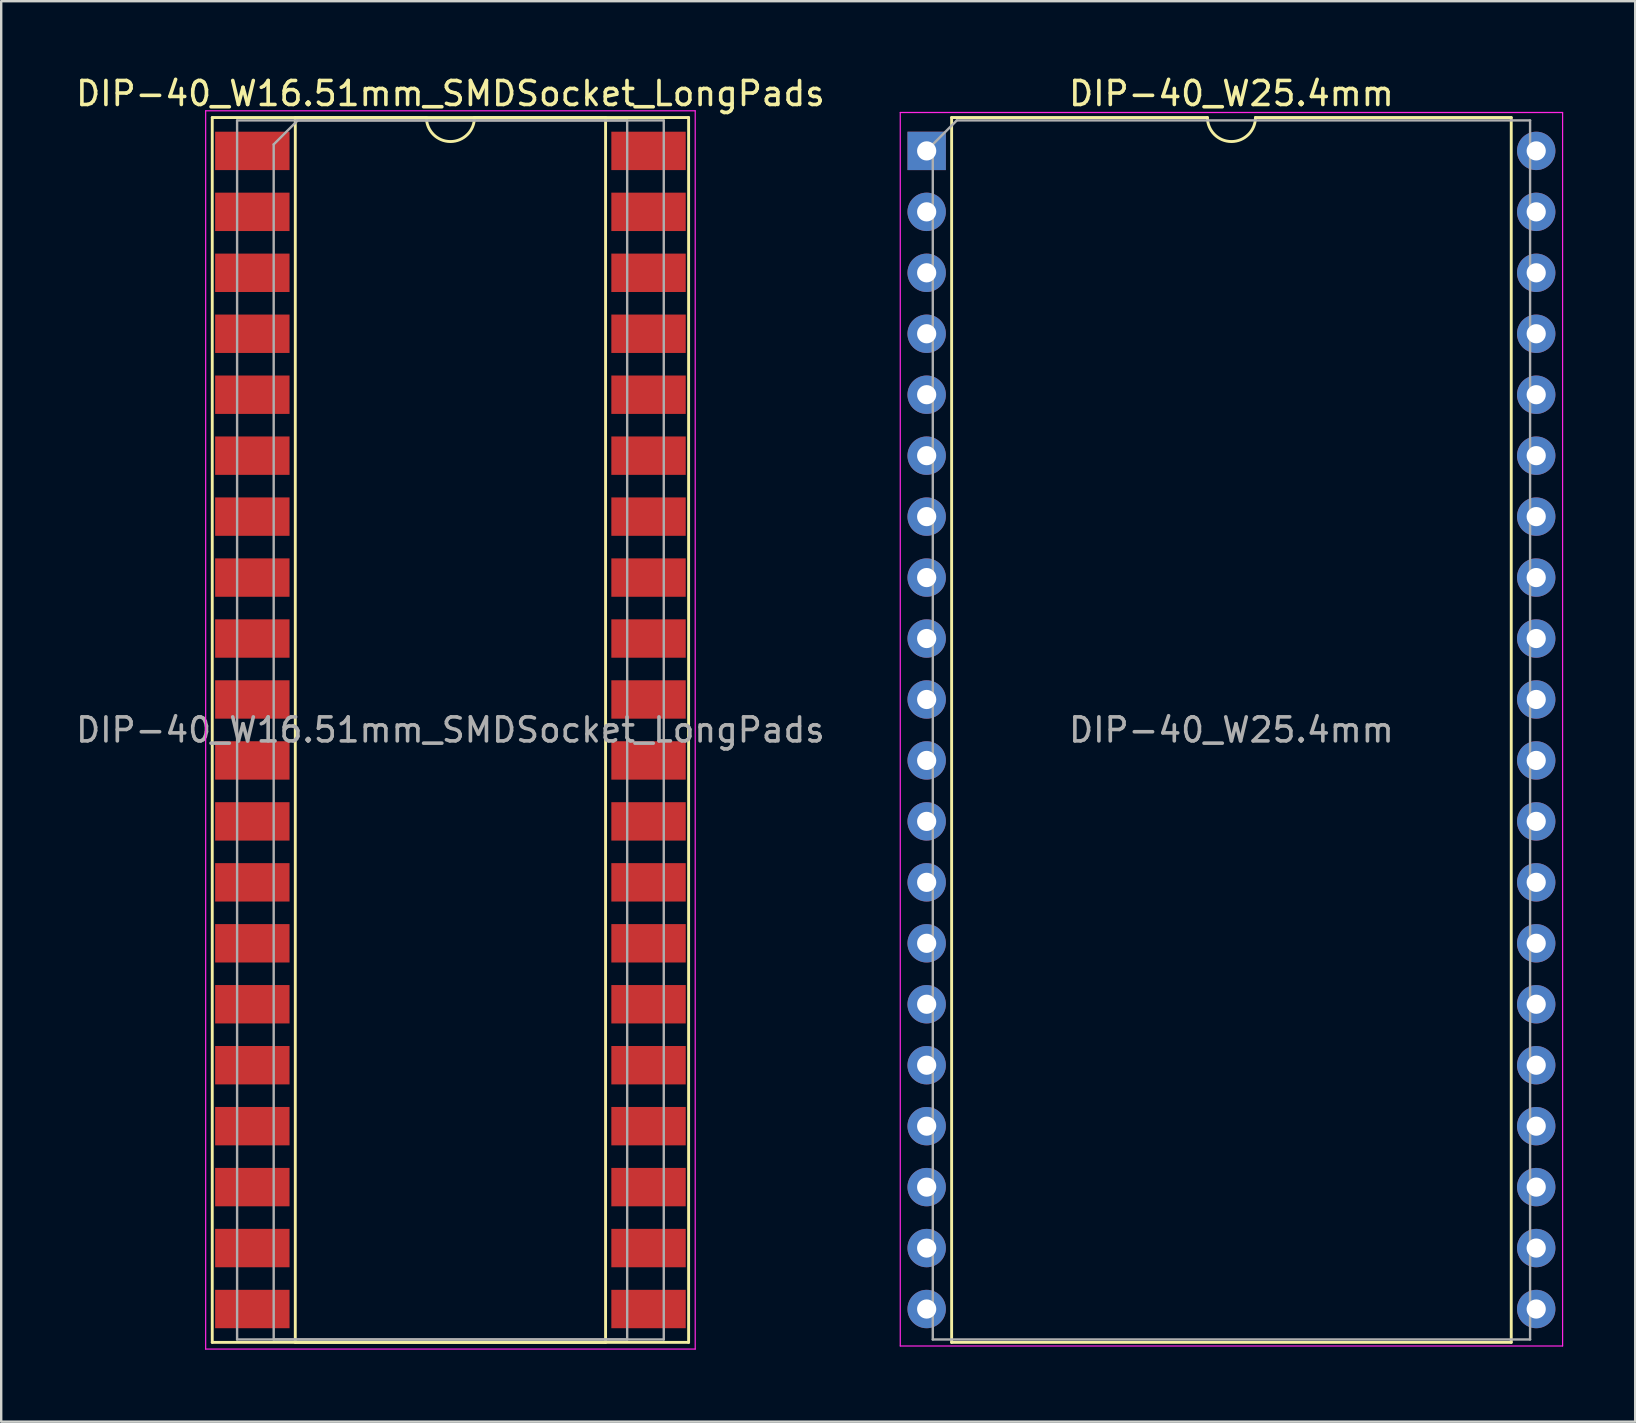
<source format=kicad_pcb>
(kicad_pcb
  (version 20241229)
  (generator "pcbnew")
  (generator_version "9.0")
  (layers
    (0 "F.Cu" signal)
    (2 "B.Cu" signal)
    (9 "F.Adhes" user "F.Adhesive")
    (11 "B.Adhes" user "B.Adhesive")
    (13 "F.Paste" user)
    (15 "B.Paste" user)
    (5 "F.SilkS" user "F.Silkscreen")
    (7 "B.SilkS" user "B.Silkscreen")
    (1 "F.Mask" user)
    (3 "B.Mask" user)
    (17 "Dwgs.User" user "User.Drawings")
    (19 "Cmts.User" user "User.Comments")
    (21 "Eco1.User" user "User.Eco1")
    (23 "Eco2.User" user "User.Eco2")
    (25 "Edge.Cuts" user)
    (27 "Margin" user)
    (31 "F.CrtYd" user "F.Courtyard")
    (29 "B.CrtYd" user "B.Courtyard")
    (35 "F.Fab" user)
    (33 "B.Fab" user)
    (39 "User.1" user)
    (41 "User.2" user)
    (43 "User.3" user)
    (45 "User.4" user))
  (footprint "DIP-40_W16.51mm_SMDSocket_LongPads"
    (layer "F.Cu")
    (at 15.72 27.368)
    (property "Reference" "DIP-40_W16.51mm_SMDSocket_LongPads" (at 0 -26.52 0) (layer "F.SilkS") (effects (font (size 1 1) (thickness 0.15))))
    (attr smd)
    (fp_line (start -9.925 -25.52) (end -9.925 25.52) (stroke (width 0.12) (type solid)) (layer "F.SilkS"))
    (fp_line (start -9.925 25.52) (end 9.925 25.52) (stroke (width 0.12) (type solid)) (layer "F.SilkS"))
    (fp_line (start -6.465 -25.52) (end -6.465 25.52) (stroke (width 0.12) (type solid)) (layer "F.SilkS"))
    (fp_line (start -6.465 25.52) (end 6.465 25.52) (stroke (width 0.12) (type solid)) (layer "F.SilkS"))
    (fp_line (start -1 -25.52) (end -6.465 -25.52) (stroke (width 0.12) (type solid)) (layer "F.SilkS"))
    (fp_line (start 6.465 -25.52) (end 1 -25.52) (stroke (width 0.12) (type solid)) (layer "F.SilkS"))
    (fp_line (start 6.465 25.52) (end 6.465 -25.52) (stroke (width 0.12) (type solid)) (layer "F.SilkS"))
    (fp_line (start 9.925 -25.52) (end -9.925 -25.52) (stroke (width 0.12) (type solid)) (layer "F.SilkS"))
    (fp_line (start 9.925 25.52) (end 9.925 -25.52) (stroke (width 0.12) (type solid)) (layer "F.SilkS"))
    (fp_arc (start 1 -25.52) (mid 0 -24.52) (end -1 -25.52) (stroke (width 0.12) (type solid)) (layer "F.SilkS"))
    (fp_line (start -10.2 -25.8) (end -10.2 25.8) (stroke (width 0.05) (type solid)) (layer "F.CrtYd"))
    (fp_line (start -10.2 25.8) (end 10.2 25.8) (stroke (width 0.05) (type solid)) (layer "F.CrtYd"))
    (fp_line (start 10.2 -25.8) (end -10.2 -25.8) (stroke (width 0.05) (type solid)) (layer "F.CrtYd"))
    (fp_line (start 10.2 25.8) (end 10.2 -25.8) (stroke (width 0.05) (type solid)) (layer "F.CrtYd"))
    (fp_line (start -8.89 -25.4) (end -8.89 25.4) (stroke (width 0.1) (type solid)) (layer "F.Fab"))
    (fp_line (start -8.89 25.4) (end 8.89 25.4) (stroke (width 0.1) (type solid)) (layer "F.Fab"))
    (fp_line (start -7.365 -24.4) (end -6.365 -25.4) (stroke (width 0.1) (type solid)) (layer "F.Fab"))
    (fp_line (start -7.365 25.4) (end -7.365 -24.4) (stroke (width 0.1) (type solid)) (layer "F.Fab"))
    (fp_line (start -6.365 -25.4) (end 7.365 -25.4) (stroke (width 0.1) (type solid)) (layer "F.Fab"))
    (fp_line (start 7.365 -25.4) (end 7.365 25.4) (stroke (width 0.1) (type solid)) (layer "F.Fab"))
    (fp_line (start 7.365 25.4) (end -7.365 25.4) (stroke (width 0.1) (type solid)) (layer "F.Fab"))
    (fp_line (start 8.89 -25.4) (end -8.89 -25.4) (stroke (width 0.1) (type solid)) (layer "F.Fab"))
    (fp_line (start 8.89 25.4) (end 8.89 -25.4) (stroke (width 0.1) (type solid)) (layer "F.Fab"))
    (fp_text user "${REFERENCE}" (at 0 0 0) (layer "F.Fab") (effects (font (size 1 1) (thickness 0.15))))
    (pad "1" smd rect (at -8.255 -24.13) (size 3.1 1.6) (layers "F.Cu" "F.Mask" "F.Paste"))
    (pad "2" smd rect (at -8.255 -21.59) (size 3.1 1.6) (layers "F.Cu" "F.Mask" "F.Paste"))
    (pad "3" smd rect (at -8.255 -19.05) (size 3.1 1.6) (layers "F.Cu" "F.Mask" "F.Paste"))
    (pad "4" smd rect (at -8.255 -16.51) (size 3.1 1.6) (layers "F.Cu" "F.Mask" "F.Paste"))
    (pad "5" smd rect (at -8.255 -13.97) (size 3.1 1.6) (layers "F.Cu" "F.Mask" "F.Paste"))
    (pad "6" smd rect (at -8.255 -11.43) (size 3.1 1.6) (layers "F.Cu" "F.Mask" "F.Paste"))
    (pad "7" smd rect (at -8.255 -8.89) (size 3.1 1.6) (layers "F.Cu" "F.Mask" "F.Paste"))
    (pad "8" smd rect (at -8.255 -6.35) (size 3.1 1.6) (layers "F.Cu" "F.Mask" "F.Paste"))
    (pad "9" smd rect (at -8.255 -3.81) (size 3.1 1.6) (layers "F.Cu" "F.Mask" "F.Paste"))
    (pad "10" smd rect (at -8.255 -1.27) (size 3.1 1.6) (layers "F.Cu" "F.Mask" "F.Paste"))
    (pad "11" smd rect (at -8.255 1.27) (size 3.1 1.6) (layers "F.Cu" "F.Mask" "F.Paste"))
    (pad "12" smd rect (at -8.255 3.81) (size 3.1 1.6) (layers "F.Cu" "F.Mask" "F.Paste"))
    (pad "13" smd rect (at -8.255 6.35) (size 3.1 1.6) (layers "F.Cu" "F.Mask" "F.Paste"))
    (pad "14" smd rect (at -8.255 8.89) (size 3.1 1.6) (layers "F.Cu" "F.Mask" "F.Paste"))
    (pad "15" smd rect (at -8.255 11.43) (size 3.1 1.6) (layers "F.Cu" "F.Mask" "F.Paste"))
    (pad "16" smd rect (at -8.255 13.97) (size 3.1 1.6) (layers "F.Cu" "F.Mask" "F.Paste"))
    (pad "17" smd rect (at -8.255 16.51) (size 3.1 1.6) (layers "F.Cu" "F.Mask" "F.Paste"))
    (pad "18" smd rect (at -8.255 19.05) (size 3.1 1.6) (layers "F.Cu" "F.Mask" "F.Paste"))
    (pad "19" smd rect (at -8.255 21.59) (size 3.1 1.6) (layers "F.Cu" "F.Mask" "F.Paste"))
    (pad "20" smd rect (at -8.255 24.13) (size 3.1 1.6) (layers "F.Cu" "F.Mask" "F.Paste"))
    (pad "21" smd rect (at 8.255 24.13) (size 3.1 1.6) (layers "F.Cu" "F.Mask" "F.Paste"))
    (pad "22" smd rect (at 8.255 21.59) (size 3.1 1.6) (layers "F.Cu" "F.Mask" "F.Paste"))
    (pad "23" smd rect (at 8.255 19.05) (size 3.1 1.6) (layers "F.Cu" "F.Mask" "F.Paste"))
    (pad "24" smd rect (at 8.255 16.51) (size 3.1 1.6) (layers "F.Cu" "F.Mask" "F.Paste"))
    (pad "25" smd rect (at 8.255 13.97) (size 3.1 1.6) (layers "F.Cu" "F.Mask" "F.Paste"))
    (pad "26" smd rect (at 8.255 11.43) (size 3.1 1.6) (layers "F.Cu" "F.Mask" "F.Paste"))
    (pad "27" smd rect (at 8.255 8.89) (size 3.1 1.6) (layers "F.Cu" "F.Mask" "F.Paste"))
    (pad "28" smd rect (at 8.255 6.35) (size 3.1 1.6) (layers "F.Cu" "F.Mask" "F.Paste"))
    (pad "29" smd rect (at 8.255 3.81) (size 3.1 1.6) (layers "F.Cu" "F.Mask" "F.Paste"))
    (pad "30" smd rect (at 8.255 1.27) (size 3.1 1.6) (layers "F.Cu" "F.Mask" "F.Paste"))
    (pad "31" smd rect (at 8.255 -1.27) (size 3.1 1.6) (layers "F.Cu" "F.Mask" "F.Paste"))
    (pad "32" smd rect (at 8.255 -3.81) (size 3.1 1.6) (layers "F.Cu" "F.Mask" "F.Paste"))
    (pad "33" smd rect (at 8.255 -6.35) (size 3.1 1.6) (layers "F.Cu" "F.Mask" "F.Paste"))
    (pad "34" smd rect (at 8.255 -8.89) (size 3.1 1.6) (layers "F.Cu" "F.Mask" "F.Paste"))
    (pad "35" smd rect (at 8.255 -11.43) (size 3.1 1.6) (layers "F.Cu" "F.Mask" "F.Paste"))
    (pad "36" smd rect (at 8.255 -13.97) (size 3.1 1.6) (layers "F.Cu" "F.Mask" "F.Paste"))
    (pad "37" smd rect (at 8.255 -16.51) (size 3.1 1.6) (layers "F.Cu" "F.Mask" "F.Paste"))
    (pad "38" smd rect (at 8.255 -19.05) (size 3.1 1.6) (layers "F.Cu" "F.Mask" "F.Paste"))
    (pad "39" smd rect (at 8.255 -21.59) (size 3.1 1.6) (layers "F.Cu" "F.Mask" "F.Paste"))
    (pad "40" smd rect (at 8.255 -24.13) (size 3.1 1.6) (layers "F.Cu" "F.Mask" "F.Paste")))
  (footprint "DIP-40_W25.4mm"
    (layer "F.Cu")
    (at 35.565 3.238)
    (property "Reference" "DIP-40_W25.4mm" (at 12.7 -2.39 0) (layer "F.SilkS") (effects (font (size 1 1) (thickness 0.15))))
    (attr through_hole)
    (fp_line (start 1.04 -1.39) (end 1.04 49.65) (stroke (width 0.12) (type solid)) (layer "F.SilkS"))
    (fp_line (start 1.04 49.65) (end 24.36 49.65) (stroke (width 0.12) (type solid)) (layer "F.SilkS"))
    (fp_line (start 11.7 -1.39) (end 1.04 -1.39) (stroke (width 0.12) (type solid)) (layer "F.SilkS"))
    (fp_line (start 24.36 -1.39) (end 13.7 -1.39) (stroke (width 0.12) (type solid)) (layer "F.SilkS"))
    (fp_line (start 24.36 49.65) (end 24.36 -1.39) (stroke (width 0.12) (type solid)) (layer "F.SilkS"))
    (fp_arc (start 13.7 -1.39) (mid 12.7 -0.39) (end 11.7 -1.39) (stroke (width 0.12) (type solid)) (layer "F.SilkS"))
    (fp_line (start -1.1 -1.6) (end -1.1 49.8) (stroke (width 0.05) (type solid)) (layer "F.CrtYd"))
    (fp_line (start -1.1 49.8) (end 26.5 49.8) (stroke (width 0.05) (type solid)) (layer "F.CrtYd"))
    (fp_line (start 26.5 -1.6) (end -1.1 -1.6) (stroke (width 0.05) (type solid)) (layer "F.CrtYd"))
    (fp_line (start 26.5 49.8) (end 26.5 -1.6) (stroke (width 0.05) (type solid)) (layer "F.CrtYd"))
    (fp_line (start 0.255 -0.27) (end 1.255 -1.27) (stroke (width 0.1) (type solid)) (layer "F.Fab"))
    (fp_line (start 0.255 49.53) (end 0.255 -0.27) (stroke (width 0.1) (type solid)) (layer "F.Fab"))
    (fp_line (start 1.255 -1.27) (end 25.145 -1.27) (stroke (width 0.1) (type solid)) (layer "F.Fab"))
    (fp_line (start 25.145 -1.27) (end 25.145 49.53) (stroke (width 0.1) (type solid)) (layer "F.Fab"))
    (fp_line (start 25.145 49.53) (end 0.255 49.53) (stroke (width 0.1) (type solid)) (layer "F.Fab"))
    (fp_text user "${REFERENCE}" (at 12.7 24.13 0) (layer "F.Fab") (effects (font (size 1 1) (thickness 0.15))))
    (pad "1" thru_hole rect (at 0 0) (size 1.6 1.6) (drill 0.8) (layers "*.Cu" "*.Mask"))
    (pad "2" thru_hole oval (at 0 2.54) (size 1.6 1.6) (drill 0.8) (layers "*.Cu" "*.Mask"))
    (pad "3" thru_hole oval (at 0 5.08) (size 1.6 1.6) (drill 0.8) (layers "*.Cu" "*.Mask"))
    (pad "4" thru_hole oval (at 0 7.62) (size 1.6 1.6) (drill 0.8) (layers "*.Cu" "*.Mask"))
    (pad "5" thru_hole oval (at 0 10.16) (size 1.6 1.6) (drill 0.8) (layers "*.Cu" "*.Mask"))
    (pad "6" thru_hole oval (at 0 12.7) (size 1.6 1.6) (drill 0.8) (layers "*.Cu" "*.Mask"))
    (pad "7" thru_hole oval (at 0 15.24) (size 1.6 1.6) (drill 0.8) (layers "*.Cu" "*.Mask"))
    (pad "8" thru_hole oval (at 0 17.78) (size 1.6 1.6) (drill 0.8) (layers "*.Cu" "*.Mask"))
    (pad "9" thru_hole oval (at 0 20.32) (size 1.6 1.6) (drill 0.8) (layers "*.Cu" "*.Mask"))
    (pad "10" thru_hole oval (at 0 22.86) (size 1.6 1.6) (drill 0.8) (layers "*.Cu" "*.Mask"))
    (pad "11" thru_hole oval (at 0 25.4) (size 1.6 1.6) (drill 0.8) (layers "*.Cu" "*.Mask"))
    (pad "12" thru_hole oval (at 0 27.94) (size 1.6 1.6) (drill 0.8) (layers "*.Cu" "*.Mask"))
    (pad "13" thru_hole oval (at 0 30.48) (size 1.6 1.6) (drill 0.8) (layers "*.Cu" "*.Mask"))
    (pad "14" thru_hole oval (at 0 33.02) (size 1.6 1.6) (drill 0.8) (layers "*.Cu" "*.Mask"))
    (pad "15" thru_hole oval (at 0 35.56) (size 1.6 1.6) (drill 0.8) (layers "*.Cu" "*.Mask"))
    (pad "16" thru_hole oval (at 0 38.1) (size 1.6 1.6) (drill 0.8) (layers "*.Cu" "*.Mask"))
    (pad "17" thru_hole oval (at 0 40.64) (size 1.6 1.6) (drill 0.8) (layers "*.Cu" "*.Mask"))
    (pad "18" thru_hole oval (at 0 43.18) (size 1.6 1.6) (drill 0.8) (layers "*.Cu" "*.Mask"))
    (pad "19" thru_hole oval (at 0 45.72) (size 1.6 1.6) (drill 0.8) (layers "*.Cu" "*.Mask"))
    (pad "20" thru_hole oval (at 0 48.26) (size 1.6 1.6) (drill 0.8) (layers "*.Cu" "*.Mask"))
    (pad "21" thru_hole oval (at 25.4 48.26) (size 1.6 1.6) (drill 0.8) (layers "*.Cu" "*.Mask"))
    (pad "22" thru_hole oval (at 25.4 45.72) (size 1.6 1.6) (drill 0.8) (layers "*.Cu" "*.Mask"))
    (pad "23" thru_hole oval (at 25.4 43.18) (size 1.6 1.6) (drill 0.8) (layers "*.Cu" "*.Mask"))
    (pad "24" thru_hole oval (at 25.4 40.64) (size 1.6 1.6) (drill 0.8) (layers "*.Cu" "*.Mask"))
    (pad "25" thru_hole oval (at 25.4 38.1) (size 1.6 1.6) (drill 0.8) (layers "*.Cu" "*.Mask"))
    (pad "26" thru_hole oval (at 25.4 35.56) (size 1.6 1.6) (drill 0.8) (layers "*.Cu" "*.Mask"))
    (pad "27" thru_hole oval (at 25.4 33.02) (size 1.6 1.6) (drill 0.8) (layers "*.Cu" "*.Mask"))
    (pad "28" thru_hole oval (at 25.4 30.48) (size 1.6 1.6) (drill 0.8) (layers "*.Cu" "*.Mask"))
    (pad "29" thru_hole oval (at 25.4 27.94) (size 1.6 1.6) (drill 0.8) (layers "*.Cu" "*.Mask"))
    (pad "30" thru_hole oval (at 25.4 25.4) (size 1.6 1.6) (drill 0.8) (layers "*.Cu" "*.Mask"))
    (pad "31" thru_hole oval (at 25.4 22.86) (size 1.6 1.6) (drill 0.8) (layers "*.Cu" "*.Mask"))
    (pad "32" thru_hole oval (at 25.4 20.32) (size 1.6 1.6) (drill 0.8) (layers "*.Cu" "*.Mask"))
    (pad "33" thru_hole oval (at 25.4 17.78) (size 1.6 1.6) (drill 0.8) (layers "*.Cu" "*.Mask"))
    (pad "34" thru_hole oval (at 25.4 15.24) (size 1.6 1.6) (drill 0.8) (layers "*.Cu" "*.Mask"))
    (pad "35" thru_hole oval (at 25.4 12.7) (size 1.6 1.6) (drill 0.8) (layers "*.Cu" "*.Mask"))
    (pad "36" thru_hole oval (at 25.4 10.16) (size 1.6 1.6) (drill 0.8) (layers "*.Cu" "*.Mask"))
    (pad "37" thru_hole oval (at 25.4 7.62) (size 1.6 1.6) (drill 0.8) (layers "*.Cu" "*.Mask"))
    (pad "38" thru_hole oval (at 25.4 5.08) (size 1.6 1.6) (drill 0.8) (layers "*.Cu" "*.Mask"))
    (pad "39" thru_hole oval (at 25.4 2.54) (size 1.6 1.6) (drill 0.8) (layers "*.Cu" "*.Mask"))
    (pad "40" thru_hole oval (at 25.4 0) (size 1.6 1.6) (drill 0.8) (layers "*.Cu" "*.Mask")))
  (gr_rect
    (start -3 -3)
    (end 65.09 56.193)
    (stroke (width 0.1) (type default))
    (fill no)
    (layer "Edge.Cuts")))
</source>
